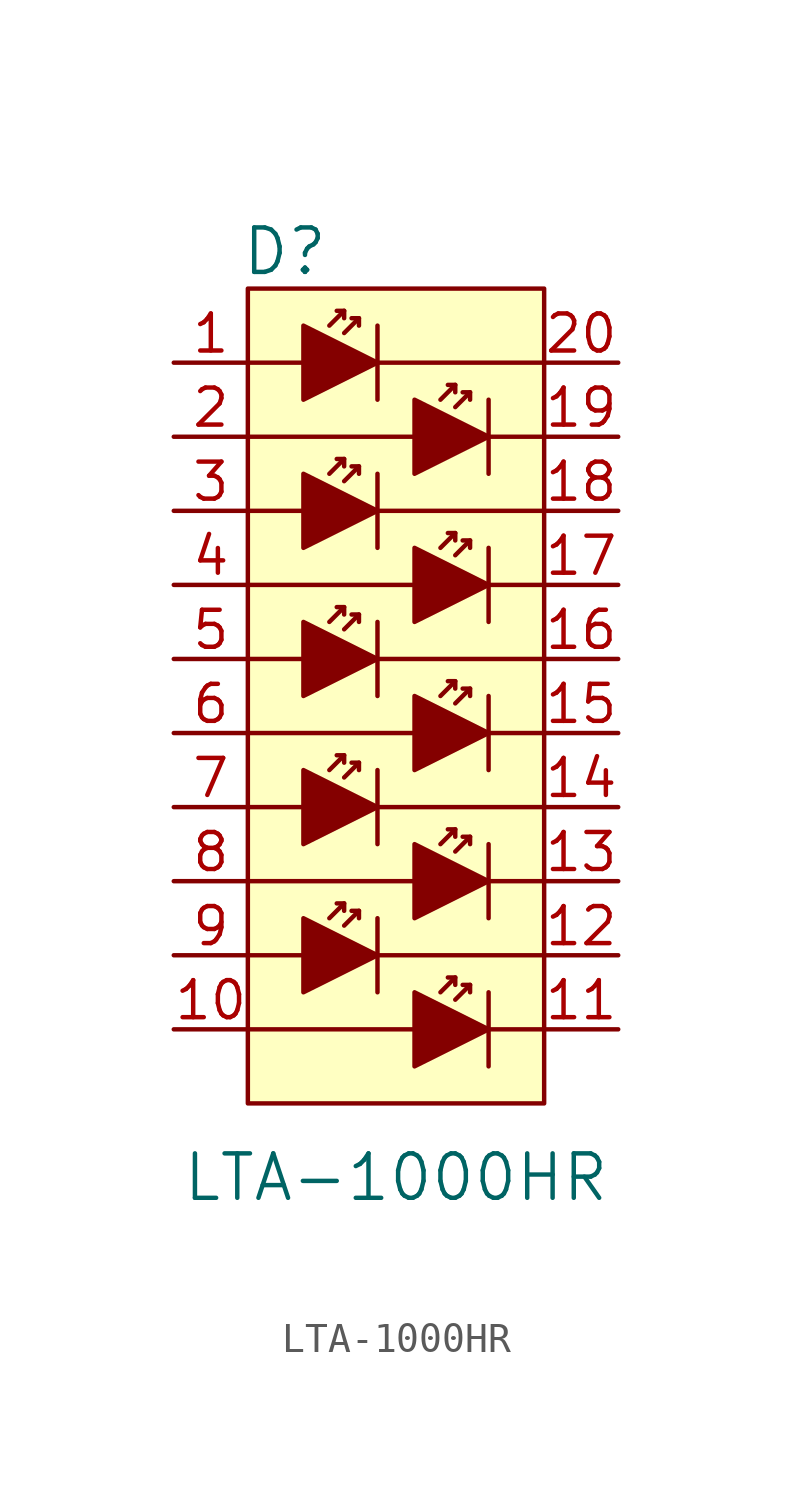
<source format=kicad_sym>
(kicad_symbol_lib
  (version 20231120)
  (generator "kicad_symbol_editor")
  (generator_version "8.0")
  (symbol "LTA-1000HR"
    (pin_names
      (offset 0))
    (property "Reference" "D"
      (at -3.81 3.81 0)
      (effects (font (size 1.524 1.524))))
    (property "Value" "LTA-1000HR"
      (at 0 -27.94 0)
      (effects (font (size 1.524 1.524))))
    (symbol "LTA-1000HR_0_1"
      (rectangle (start -5.08 2.54) (end 5.08 -25.4) (stroke (width 0) (type default)) (fill (type background)))
      (polyline (pts (xy -5.08 -20.32) (xy -3.175 -20.32)) (stroke (width 0) (type default)) (fill (type none)))
      (polyline (pts (xy -5.08 -15.24) (xy -3.175 -15.24)) (stroke (width 0) (type default)) (fill (type none)))
      (polyline (pts (xy -5.08 -10.16) (xy -3.175 -10.16)) (stroke (width 0) (type default)) (fill (type none)))
      (polyline (pts (xy -5.08 -5.08) (xy -3.175 -5.08)) (stroke (width 0) (type default)) (fill (type none)))
      (polyline (pts (xy -3.175 0) (xy -5.08 0)) (stroke (width 0) (type default)) (fill (type none)))
      (polyline (pts (xy -1.778 -18.542) (xy -2.286 -19.05)) (stroke (width 0) (type default)) (fill (type none)))
      (polyline (pts (xy -1.778 -13.462) (xy -2.286 -13.97)) (stroke (width 0) (type default)) (fill (type none)))
      (polyline (pts (xy -1.778 -8.382) (xy -2.286 -8.89)) (stroke (width 0) (type default)) (fill (type none)))
      (polyline (pts (xy -1.778 -3.302) (xy -2.286 -3.81)) (stroke (width 0) (type default)) (fill (type none)))
      (polyline (pts (xy -1.778 1.778) (xy -2.286 1.27)) (stroke (width 0) (type default)) (fill (type none)))
      (polyline (pts (xy -1.27 -18.796) (xy -1.778 -19.304)) (stroke (width 0) (type default)) (fill (type none)))
      (polyline (pts (xy -1.27 -13.716) (xy -1.778 -14.224)) (stroke (width 0) (type default)) (fill (type none)))
      (polyline (pts (xy -1.27 -8.636) (xy -1.778 -9.144)) (stroke (width 0) (type default)) (fill (type none)))
      (polyline (pts (xy -1.27 -3.556) (xy -1.778 -4.064)) (stroke (width 0) (type default)) (fill (type none)))
      (polyline (pts (xy -1.27 1.524) (xy -1.778 1.016)) (stroke (width 0) (type default)) (fill (type none)))
      (polyline (pts (xy -0.635 -21.59) (xy -0.635 -19.05)) (stroke (width 0) (type default)) (fill (type none)))
      (polyline (pts (xy -0.635 -20.32) (xy 5.08 -20.32)) (stroke (width 0) (type default)) (fill (type none)))
      (polyline (pts (xy -0.635 -16.51) (xy -0.635 -13.97)) (stroke (width 0) (type default)) (fill (type none)))
      (polyline (pts (xy -0.635 -15.24) (xy 5.08 -15.24)) (stroke (width 0) (type default)) (fill (type none)))
      (polyline (pts (xy -0.635 -10.16) (xy 5.08 -10.16)) (stroke (width 0) (type default)) (fill (type none)))
      (polyline (pts (xy -0.635 -8.89) (xy -0.635 -11.43)) (stroke (width 0) (type default)) (fill (type none)))
      (polyline (pts (xy -0.635 -5.08) (xy 5.08 -5.08)) (stroke (width 0) (type default)) (fill (type none)))
      (polyline (pts (xy -0.635 -3.81) (xy -0.635 -6.35)) (stroke (width 0) (type default)) (fill (type none)))
      (polyline (pts (xy -0.635 0) (xy 5.08 0)) (stroke (width 0) (type default)) (fill (type none)))
      (polyline (pts (xy -0.635 1.27) (xy -0.635 -1.27)) (stroke (width 0) (type default)) (fill (type none)))
      (polyline (pts (xy 0.635 -22.86) (xy -5.08 -22.86)) (stroke (width 0) (type default)) (fill (type none)))
      (polyline (pts (xy 0.635 -17.78) (xy -5.08 -17.78)) (stroke (width 0) (type default)) (fill (type none)))
      (polyline (pts (xy 0.635 -12.7) (xy -5.08 -12.7)) (stroke (width 0) (type default)) (fill (type none)))
      (polyline (pts (xy 0.635 -7.62) (xy -5.08 -7.62)) (stroke (width 0) (type default)) (fill (type none)))
      (polyline (pts (xy 0.635 -2.54) (xy -5.08 -2.54)) (stroke (width 0) (type default)) (fill (type none)))
      (polyline (pts (xy 2.032 -21.082) (xy 1.524 -21.59)) (stroke (width 0) (type default)) (fill (type none)))
      (polyline (pts (xy 2.032 -16.002) (xy 1.524 -16.51)) (stroke (width 0) (type default)) (fill (type none)))
      (polyline (pts (xy 2.032 -10.922) (xy 1.524 -11.43)) (stroke (width 0) (type default)) (fill (type none)))
      (polyline (pts (xy 2.032 -5.842) (xy 1.524 -6.35)) (stroke (width 0) (type default)) (fill (type none)))
      (polyline (pts (xy 2.032 -0.762) (xy 1.524 -1.27)) (stroke (width 0) (type default)) (fill (type none)))
      (polyline (pts (xy 2.54 -21.336) (xy 2.032 -21.844)) (stroke (width 0) (type default)) (fill (type none)))
      (polyline (pts (xy 2.54 -16.256) (xy 2.032 -16.764)) (stroke (width 0) (type default)) (fill (type none)))
      (polyline (pts (xy 2.54 -11.176) (xy 2.032 -11.684)) (stroke (width 0) (type default)) (fill (type none)))
      (polyline (pts (xy 2.54 -6.096) (xy 2.032 -6.604)) (stroke (width 0) (type default)) (fill (type none)))
      (polyline (pts (xy 2.54 -1.016) (xy 2.032 -1.524)) (stroke (width 0) (type default)) (fill (type none)))
      (polyline (pts (xy 3.175 -22.86) (xy 5.08 -22.86)) (stroke (width 0) (type default)) (fill (type none)))
      (polyline (pts (xy 3.175 -21.59) (xy 3.175 -24.13)) (stroke (width 0) (type default)) (fill (type none)))
      (polyline (pts (xy 3.175 -17.78) (xy 5.08 -17.78)) (stroke (width 0) (type default)) (fill (type none)))
      (polyline (pts (xy 3.175 -16.51) (xy 3.175 -19.05)) (stroke (width 0) (type default)) (fill (type none)))
      (polyline (pts (xy 3.175 -12.7) (xy 5.08 -12.7)) (stroke (width 0) (type default)) (fill (type none)))
      (polyline (pts (xy 3.175 -11.43) (xy 3.175 -13.97)) (stroke (width 0) (type default)) (fill (type none)))
      (polyline (pts (xy 3.175 -7.62) (xy 5.08 -7.62)) (stroke (width 0) (type default)) (fill (type none)))
      (polyline (pts (xy 3.175 -6.35) (xy 3.175 -8.89)) (stroke (width 0) (type default)) (fill (type none)))
      (polyline (pts (xy 3.175 -2.54) (xy 5.08 -2.54)) (stroke (width 0) (type default)) (fill (type none)))
      (polyline (pts (xy 3.175 -1.27) (xy 3.175 -3.81)) (stroke (width 0) (type default)) (fill (type none)))
      (polyline (pts (xy -2.032 -18.542) (xy -1.778 -18.542) (xy -1.778 -18.796)) (stroke (width 0) (type default)) (fill (type none)))
      (polyline (pts (xy -2.032 -13.462) (xy -1.778 -13.462) (xy -1.778 -13.716)) (stroke (width 0) (type default)) (fill (type none)))
      (polyline (pts (xy -2.032 -8.382) (xy -1.778 -8.382) (xy -1.778 -8.636)) (stroke (width 0) (type default)) (fill (type none)))
      (polyline (pts (xy -2.032 -3.302) (xy -1.778 -3.302) (xy -1.778 -3.556)) (stroke (width 0) (type default)) (fill (type none)))
      (polyline (pts (xy -2.032 1.778) (xy -1.778 1.778) (xy -1.778 1.524)) (stroke (width 0) (type default)) (fill (type none)))
      (polyline (pts (xy -1.524 -18.796) (xy -1.27 -18.796) (xy -1.27 -19.05)) (stroke (width 0) (type default)) (fill (type none)))
      (polyline (pts (xy -1.524 -13.716) (xy -1.27 -13.716) (xy -1.27 -13.97)) (stroke (width 0) (type default)) (fill (type none)))
      (polyline (pts (xy -1.524 -8.636) (xy -1.27 -8.636) (xy -1.27 -8.89)) (stroke (width 0) (type default)) (fill (type none)))
      (polyline (pts (xy -1.524 -3.556) (xy -1.27 -3.556) (xy -1.27 -3.81)) (stroke (width 0) (type default)) (fill (type none)))
      (polyline (pts (xy -1.524 1.524) (xy -1.27 1.524) (xy -1.27 1.27)) (stroke (width 0) (type default)) (fill (type none)))
      (polyline (pts (xy 1.778 -21.082) (xy 2.032 -21.082) (xy 2.032 -21.336)) (stroke (width 0) (type default)) (fill (type none)))
      (polyline (pts (xy 1.778 -16.002) (xy 2.032 -16.002) (xy 2.032 -16.256)) (stroke (width 0) (type default)) (fill (type none)))
      (polyline (pts (xy 1.778 -10.922) (xy 2.032 -10.922) (xy 2.032 -11.176)) (stroke (width 0) (type default)) (fill (type none)))
      (polyline (pts (xy 1.778 -5.842) (xy 2.032 -5.842) (xy 2.032 -6.096)) (stroke (width 0) (type default)) (fill (type none)))
      (polyline (pts (xy 1.778 -0.762) (xy 2.032 -0.762) (xy 2.032 -1.016)) (stroke (width 0) (type default)) (fill (type none)))
      (polyline (pts (xy 2.286 -21.336) (xy 2.54 -21.336) (xy 2.54 -21.59)) (stroke (width 0) (type default)) (fill (type none)))
      (polyline (pts (xy 2.286 -16.256) (xy 2.54 -16.256) (xy 2.54 -16.51)) (stroke (width 0) (type default)) (fill (type none)))
      (polyline (pts (xy 2.286 -11.176) (xy 2.54 -11.176) (xy 2.54 -11.43)) (stroke (width 0) (type default)) (fill (type none)))
      (polyline (pts (xy 2.286 -6.096) (xy 2.54 -6.096) (xy 2.54 -6.35)) (stroke (width 0) (type default)) (fill (type none)))
      (polyline (pts (xy 2.286 -1.016) (xy 2.54 -1.016) (xy 2.54 -1.27)) (stroke (width 0) (type default)) (fill (type none)))
      (polyline (pts (xy -3.175 -19.05) (xy -3.175 -21.59) (xy -0.635 -20.32) (xy -3.175 -19.05)) (stroke (width 0) (type default)) (fill (type outline)))
      (polyline (pts (xy -3.175 -13.97) (xy -3.175 -16.51) (xy -0.635 -15.24) (xy -3.175 -13.97)) (stroke (width 0) (type default)) (fill (type outline)))
      (polyline (pts (xy -3.175 -8.89) (xy -3.175 -11.43) (xy -0.635 -10.16) (xy -3.175 -8.89)) (stroke (width 0) (type default)) (fill (type outline)))
      (polyline (pts (xy -3.175 -3.81) (xy -3.175 -6.35) (xy -0.635 -5.08) (xy -3.175 -3.81)) (stroke (width 0) (type default)) (fill (type outline)))
      (polyline (pts (xy -3.175 1.27) (xy -3.175 -1.27) (xy -0.635 0) (xy -3.175 1.27)) (stroke (width 0) (type default)) (fill (type outline)))
      (polyline (pts (xy 0.635 -21.59) (xy 0.635 -24.13) (xy 3.175 -22.86) (xy 0.635 -21.59)) (stroke (width 0) (type default)) (fill (type outline)))
      (polyline (pts (xy 0.635 -16.51) (xy 0.635 -19.05) (xy 3.175 -17.78) (xy 0.635 -16.51)) (stroke (width 0) (type default)) (fill (type outline)))
      (polyline (pts (xy 0.635 -11.43) (xy 0.635 -13.97) (xy 3.175 -12.7) (xy 0.635 -11.43)) (stroke (width 0) (type default)) (fill (type outline)))
      (polyline (pts (xy 0.635 -6.35) (xy 0.635 -8.89) (xy 3.175 -7.62) (xy 0.635 -6.35)) (stroke (width 0) (type default)) (fill (type outline)))
      (polyline (pts (xy 0.635 -1.27) (xy 0.635 -3.81) (xy 3.175 -2.54) (xy 0.635 -1.27)) (stroke (width 0) (type default)) (fill (type outline))))
    (symbol "LTA-1000HR_1_1"
      (pin input line (at -7.62 0 0) (length 2.54) (name "~" (effects (font (size 1.27 1.27)))) (number "1" (effects (font (size 1.27 1.27)))))
      (pin input line (at -7.62 -22.86 0) (length 2.54) (name "~" (effects (font (size 1.27 1.27)))) (number "10" (effects (font (size 1.27 1.27)))))
      (pin output line (at 7.62 -22.86 180) (length 2.54) (name "~" (effects (font (size 1.27 1.27)))) (number "11" (effects (font (size 1.27 1.27)))))
      (pin output line (at 7.62 -20.32 180) (length 2.54) (name "~" (effects (font (size 1.27 1.27)))) (number "12" (effects (font (size 1.27 1.27)))))
      (pin output line (at 7.62 -17.78 180) (length 2.54) (name "~" (effects (font (size 1.27 1.27)))) (number "13" (effects (font (size 1.27 1.27)))))
      (pin output line (at 7.62 -15.24 180) (length 2.54) (name "~" (effects (font (size 1.27 1.27)))) (number "14" (effects (font (size 1.27 1.27)))))
      (pin output line (at 7.62 -12.7 180) (length 2.54) (name "~" (effects (font (size 1.27 1.27)))) (number "15" (effects (font (size 1.27 1.27)))))
      (pin output line (at 7.62 -10.16 180) (length 2.54) (name "~" (effects (font (size 1.27 1.27)))) (number "16" (effects (font (size 1.27 1.27)))))
      (pin output line (at 7.62 -7.62 180) (length 2.54) (name "~" (effects (font (size 1.27 1.27)))) (number "17" (effects (font (size 1.27 1.27)))))
      (pin output line (at 7.62 -5.08 180) (length 2.54) (name "~" (effects (font (size 1.27 1.27)))) (number "18" (effects (font (size 1.27 1.27)))))
      (pin output line (at 7.62 -2.54 180) (length 2.54) (name "~" (effects (font (size 1.27 1.27)))) (number "19" (effects (font (size 1.27 1.27)))))
      (pin input line (at -7.62 -2.54 0) (length 2.54) (name "~" (effects (font (size 1.27 1.27)))) (number "2" (effects (font (size 1.27 1.27)))))
      (pin output line (at 7.62 0 180) (length 2.54) (name "~" (effects (font (size 1.27 1.27)))) (number "20" (effects (font (size 1.27 1.27)))))
      (pin input line (at -7.62 -5.08 0) (length 2.54) (name "~" (effects (font (size 1.27 1.27)))) (number "3" (effects (font (size 1.27 1.27)))))
      (pin input line (at -7.62 -7.62 0) (length 2.54) (name "~" (effects (font (size 1.27 1.27)))) (number "4" (effects (font (size 1.27 1.27)))))
      (pin input line (at -7.62 -10.16 0) (length 2.54) (name "~" (effects (font (size 1.27 1.27)))) (number "5" (effects (font (size 1.27 1.27)))))
      (pin input line (at -7.62 -12.7 0) (length 2.54) (name "~" (effects (font (size 1.27 1.27)))) (number "6" (effects (font (size 1.27 1.27)))))
      (pin input line (at -7.62 -15.24 0) (length 2.54) (name "~" (effects (font (size 1.27 1.27)))) (number "7" (effects (font (size 1.27 1.27)))))
      (pin input line (at -7.62 -17.78 0) (length 2.54) (name "~" (effects (font (size 1.27 1.27)))) (number "8" (effects (font (size 1.27 1.27)))))
      (pin input line (at -7.62 -20.32 0) (length 2.54) (name "~" (effects (font (size 1.27 1.27)))) (number "9" (effects (font (size 1.27 1.27))))))))
</source>
